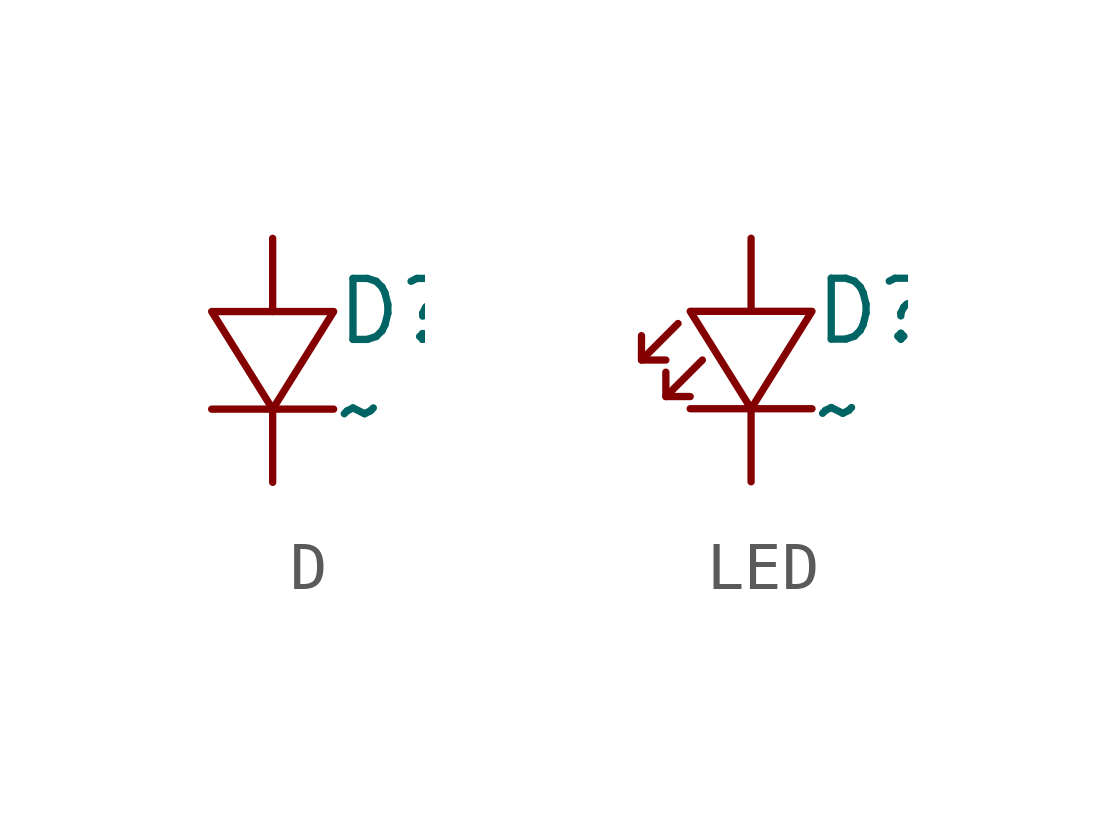
<source format=kicad_sym>
(kicad_symbol_lib
  (version 20231120)
  (generator "kicad_symbol_editor")
  (generator_version "8.0")
  (symbol "D"
    (pin_numbers hide)
    (pin_names hide)
    (property "Reference" "D"
      (at 1.27 -1.524 0)
      (effects (font (size 1.27 1.27)) (justify left)))
    (property "Value" "~"
      (at 1.27 -3.556 0)
      (effects (font (size 1.27 1.27)) (justify left)))
    (symbol "D_0_1"
      (polyline (pts (xy -1.27 -3.556) (xy 1.27 -3.556)) (stroke (width 0) (type default)) (fill (type none)))
      (polyline (pts (xy 0 -3.556) (xy -1.27 -1.524) (xy 1.27 -1.524) (xy 0 -3.556)) (stroke (width 0) (type default)) (fill (type none))))
    (symbol "D_1_1"
      (pin bidirectional line (at 0 0 270) (length 1.524) (name "A" (effects (font (size 1.27 1.27)))) (number "1" (effects (font (size 1.27 1.27)))))
      (pin bidirectional line (at 0 -5.08 90) (length 1.524) (name "K" (effects (font (size 1.27 1.27)))) (number "2" (effects (font (size 1.27 1.27)))))))
  (symbol "LED"
    (pin_numbers hide)
    (pin_names hide)
    (property "Reference" "D"
      (at 1.27 -1.524 0)
      (effects (font (size 1.27 1.27)) (justify left)))
    (property "Value" "~"
      (at 1.27 -3.556 0)
      (effects (font (size 1.27 1.27)) (justify left)))
    (symbol "LED_0_1"
      (polyline (pts (xy -1.524 -1.778) (xy -2.286 -2.54)) (stroke (width 0) (type default)) (fill (type none)))
      (polyline (pts (xy -1.27 -3.556) (xy 1.27 -3.556)) (stroke (width 0) (type default)) (fill (type none)))
      (polyline (pts (xy -1.016 -2.54) (xy -1.778 -3.302)) (stroke (width 0) (type default)) (fill (type none)))
      (polyline (pts (xy -2.286 -2.032) (xy -2.286 -2.54) (xy -1.778 -2.54)) (stroke (width 0) (type default)) (fill (type none)))
      (polyline (pts (xy -1.778 -2.794) (xy -1.778 -3.302) (xy -1.27 -3.302)) (stroke (width 0) (type default)) (fill (type none)))
      (polyline (pts (xy 0 -3.556) (xy -1.27 -1.524) (xy 1.27 -1.524) (xy 0 -3.556)) (stroke (width 0) (type default)) (fill (type none))))
    (symbol "LED_1_1"
      (pin bidirectional line (at 0 -5.08 90) (length 1.524) (name "K" (effects (font (size 1.27 1.27)))) (number "1" (effects (font (size 1.27 1.27)))))
      (pin bidirectional line (at 0 0 270) (length 1.524) (name "A" (effects (font (size 1.27 1.27)))) (number "2" (effects (font (size 1.27 1.27))))))))
</source>
